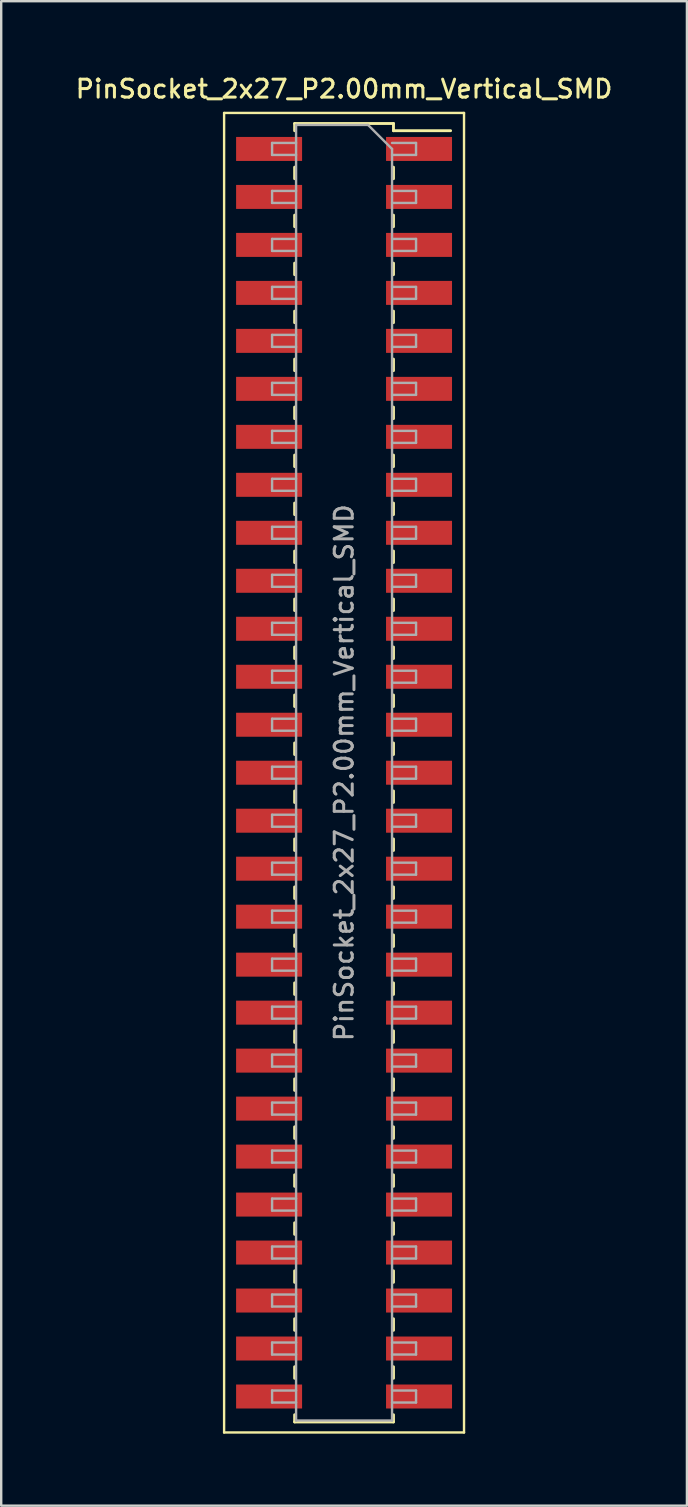
<source format=kicad_pcb>
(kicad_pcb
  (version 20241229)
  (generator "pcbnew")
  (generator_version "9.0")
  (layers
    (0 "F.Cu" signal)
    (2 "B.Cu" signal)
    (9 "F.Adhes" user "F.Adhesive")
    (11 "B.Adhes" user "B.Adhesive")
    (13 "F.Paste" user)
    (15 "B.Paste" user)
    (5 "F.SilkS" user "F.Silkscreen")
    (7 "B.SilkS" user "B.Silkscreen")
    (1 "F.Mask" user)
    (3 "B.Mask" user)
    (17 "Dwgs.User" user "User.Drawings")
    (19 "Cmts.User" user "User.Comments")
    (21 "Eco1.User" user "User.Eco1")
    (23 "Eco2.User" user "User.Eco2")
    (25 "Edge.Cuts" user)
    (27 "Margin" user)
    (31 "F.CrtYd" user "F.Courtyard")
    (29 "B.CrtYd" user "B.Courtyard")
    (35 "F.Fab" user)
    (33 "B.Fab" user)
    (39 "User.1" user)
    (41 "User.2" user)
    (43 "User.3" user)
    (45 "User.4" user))
  (footprint "PinSocket_2x27_P2.00mm_Vertical_SMD"
    (layer "F.Cu")
    (at 11.291 29.158)
    (property "Reference" "PinSocket_2x27_P2.00mm_Vertical_SMD" (at 0 -28.5 0) (layer "F.SilkS") (effects (font (size 0.75 0.75) (thickness 0.125))))
    (attr smd)
    (fp_line (start -5 -27.5) (end 5 -27.5) (stroke (width 0.1) (type solid)) (layer "F.SilkS"))
    (fp_line (start -5 27.5) (end -5 -27.5) (stroke (width 0.1) (type solid)) (layer "F.SilkS"))
    (fp_line (start -2.06 -27.06) (end -2.06 -26.76) (stroke (width 0.12) (type solid)) (layer "F.SilkS"))
    (fp_line (start -2.06 -27.06) (end 2.06 -27.06) (stroke (width 0.12) (type solid)) (layer "F.SilkS"))
    (fp_line (start -2.06 -25.24) (end -2.06 -24.76) (stroke (width 0.12) (type solid)) (layer "F.SilkS"))
    (fp_line (start -2.06 -23.24) (end -2.06 -22.76) (stroke (width 0.12) (type solid)) (layer "F.SilkS"))
    (fp_line (start -2.06 -21.24) (end -2.06 -20.76) (stroke (width 0.12) (type solid)) (layer "F.SilkS"))
    (fp_line (start -2.06 -19.24) (end -2.06 -18.76) (stroke (width 0.12) (type solid)) (layer "F.SilkS"))
    (fp_line (start -2.06 -17.24) (end -2.06 -16.76) (stroke (width 0.12) (type solid)) (layer "F.SilkS"))
    (fp_line (start -2.06 -15.24) (end -2.06 -14.76) (stroke (width 0.12) (type solid)) (layer "F.SilkS"))
    (fp_line (start -2.06 -13.24) (end -2.06 -12.76) (stroke (width 0.12) (type solid)) (layer "F.SilkS"))
    (fp_line (start -2.06 -11.24) (end -2.06 -10.76) (stroke (width 0.12) (type solid)) (layer "F.SilkS"))
    (fp_line (start -2.06 -9.24) (end -2.06 -8.76) (stroke (width 0.12) (type solid)) (layer "F.SilkS"))
    (fp_line (start -2.06 -7.24) (end -2.06 -6.76) (stroke (width 0.12) (type solid)) (layer "F.SilkS"))
    (fp_line (start -2.06 -5.24) (end -2.06 -4.76) (stroke (width 0.12) (type solid)) (layer "F.SilkS"))
    (fp_line (start -2.06 -3.24) (end -2.06 -2.76) (stroke (width 0.12) (type solid)) (layer "F.SilkS"))
    (fp_line (start -2.06 -1.24) (end -2.06 -0.76) (stroke (width 0.12) (type solid)) (layer "F.SilkS"))
    (fp_line (start -2.06 0.76) (end -2.06 1.24) (stroke (width 0.12) (type solid)) (layer "F.SilkS"))
    (fp_line (start -2.06 2.76) (end -2.06 3.24) (stroke (width 0.12) (type solid)) (layer "F.SilkS"))
    (fp_line (start -2.06 4.76) (end -2.06 5.24) (stroke (width 0.12) (type solid)) (layer "F.SilkS"))
    (fp_line (start -2.06 6.76) (end -2.06 7.24) (stroke (width 0.12) (type solid)) (layer "F.SilkS"))
    (fp_line (start -2.06 8.76) (end -2.06 9.24) (stroke (width 0.12) (type solid)) (layer "F.SilkS"))
    (fp_line (start -2.06 10.76) (end -2.06 11.24) (stroke (width 0.12) (type solid)) (layer "F.SilkS"))
    (fp_line (start -2.06 12.76) (end -2.06 13.24) (stroke (width 0.12) (type solid)) (layer "F.SilkS"))
    (fp_line (start -2.06 14.76) (end -2.06 15.24) (stroke (width 0.12) (type solid)) (layer "F.SilkS"))
    (fp_line (start -2.06 16.76) (end -2.06 17.24) (stroke (width 0.12) (type solid)) (layer "F.SilkS"))
    (fp_line (start -2.06 18.76) (end -2.06 19.24) (stroke (width 0.12) (type solid)) (layer "F.SilkS"))
    (fp_line (start -2.06 20.76) (end -2.06 21.24) (stroke (width 0.12) (type solid)) (layer "F.SilkS"))
    (fp_line (start -2.06 22.76) (end -2.06 23.24) (stroke (width 0.12) (type solid)) (layer "F.SilkS"))
    (fp_line (start -2.06 24.76) (end -2.06 25.24) (stroke (width 0.12) (type solid)) (layer "F.SilkS"))
    (fp_line (start -2.06 26.76) (end -2.06 27.06) (stroke (width 0.12) (type solid)) (layer "F.SilkS"))
    (fp_line (start -2.06 27.06) (end 2.06 27.06) (stroke (width 0.12) (type solid)) (layer "F.SilkS"))
    (fp_line (start 2.06 -27.06) (end 2.06 -26.76) (stroke (width 0.12) (type solid)) (layer "F.SilkS"))
    (fp_line (start 2.06 -26.76) (end 4.44 -26.76) (stroke (width 0.12) (type solid)) (layer "F.SilkS"))
    (fp_line (start 2.06 -25.24) (end 2.06 -24.76) (stroke (width 0.12) (type solid)) (layer "F.SilkS"))
    (fp_line (start 2.06 -23.24) (end 2.06 -22.76) (stroke (width 0.12) (type solid)) (layer "F.SilkS"))
    (fp_line (start 2.06 -21.24) (end 2.06 -20.76) (stroke (width 0.12) (type solid)) (layer "F.SilkS"))
    (fp_line (start 2.06 -19.24) (end 2.06 -18.76) (stroke (width 0.12) (type solid)) (layer "F.SilkS"))
    (fp_line (start 2.06 -17.24) (end 2.06 -16.76) (stroke (width 0.12) (type solid)) (layer "F.SilkS"))
    (fp_line (start 2.06 -15.24) (end 2.06 -14.76) (stroke (width 0.12) (type solid)) (layer "F.SilkS"))
    (fp_line (start 2.06 -13.24) (end 2.06 -12.76) (stroke (width 0.12) (type solid)) (layer "F.SilkS"))
    (fp_line (start 2.06 -11.24) (end 2.06 -10.76) (stroke (width 0.12) (type solid)) (layer "F.SilkS"))
    (fp_line (start 2.06 -9.24) (end 2.06 -8.76) (stroke (width 0.12) (type solid)) (layer "F.SilkS"))
    (fp_line (start 2.06 -7.24) (end 2.06 -6.76) (stroke (width 0.12) (type solid)) (layer "F.SilkS"))
    (fp_line (start 2.06 -5.24) (end 2.06 -4.76) (stroke (width 0.12) (type solid)) (layer "F.SilkS"))
    (fp_line (start 2.06 -3.24) (end 2.06 -2.76) (stroke (width 0.12) (type solid)) (layer "F.SilkS"))
    (fp_line (start 2.06 -1.24) (end 2.06 -0.76) (stroke (width 0.12) (type solid)) (layer "F.SilkS"))
    (fp_line (start 2.06 0.76) (end 2.06 1.24) (stroke (width 0.12) (type solid)) (layer "F.SilkS"))
    (fp_line (start 2.06 2.76) (end 2.06 3.24) (stroke (width 0.12) (type solid)) (layer "F.SilkS"))
    (fp_line (start 2.06 4.76) (end 2.06 5.24) (stroke (width 0.12) (type solid)) (layer "F.SilkS"))
    (fp_line (start 2.06 6.76) (end 2.06 7.24) (stroke (width 0.12) (type solid)) (layer "F.SilkS"))
    (fp_line (start 2.06 8.76) (end 2.06 9.24) (stroke (width 0.12) (type solid)) (layer "F.SilkS"))
    (fp_line (start 2.06 10.76) (end 2.06 11.24) (stroke (width 0.12) (type solid)) (layer "F.SilkS"))
    (fp_line (start 2.06 12.76) (end 2.06 13.24) (stroke (width 0.12) (type solid)) (layer "F.SilkS"))
    (fp_line (start 2.06 14.76) (end 2.06 15.24) (stroke (width 0.12) (type solid)) (layer "F.SilkS"))
    (fp_line (start 2.06 16.76) (end 2.06 17.24) (stroke (width 0.12) (type solid)) (layer "F.SilkS"))
    (fp_line (start 2.06 18.76) (end 2.06 19.24) (stroke (width 0.12) (type solid)) (layer "F.SilkS"))
    (fp_line (start 2.06 20.76) (end 2.06 21.24) (stroke (width 0.12) (type solid)) (layer "F.SilkS"))
    (fp_line (start 2.06 22.76) (end 2.06 23.24) (stroke (width 0.12) (type solid)) (layer "F.SilkS"))
    (fp_line (start 2.06 24.76) (end 2.06 25.24) (stroke (width 0.12) (type solid)) (layer "F.SilkS"))
    (fp_line (start 2.06 26.76) (end 2.06 27.06) (stroke (width 0.12) (type solid)) (layer "F.SilkS"))
    (fp_line (start 5 -27.5) (end 5 27.5) (stroke (width 0.1) (type solid)) (layer "F.SilkS"))
    (fp_line (start 5 27.5) (end -5 27.5) (stroke (width 0.1) (type solid)) (layer "F.SilkS"))
    (fp_line (start -3 -26.25) (end -2 -26.25) (stroke (width 0.1) (type solid)) (layer "F.Fab"))
    (fp_line (start -3 -25.75) (end -3 -26.25) (stroke (width 0.1) (type solid)) (layer "F.Fab"))
    (fp_line (start -3 -24.25) (end -2 -24.25) (stroke (width 0.1) (type solid)) (layer "F.Fab"))
    (fp_line (start -3 -23.75) (end -3 -24.25) (stroke (width 0.1) (type solid)) (layer "F.Fab"))
    (fp_line (start -3 -22.25) (end -2 -22.25) (stroke (width 0.1) (type solid)) (layer "F.Fab"))
    (fp_line (start -3 -21.75) (end -3 -22.25) (stroke (width 0.1) (type solid)) (layer "F.Fab"))
    (fp_line (start -3 -20.25) (end -2 -20.25) (stroke (width 0.1) (type solid)) (layer "F.Fab"))
    (fp_line (start -3 -19.75) (end -3 -20.25) (stroke (width 0.1) (type solid)) (layer "F.Fab"))
    (fp_line (start -3 -18.25) (end -2 -18.25) (stroke (width 0.1) (type solid)) (layer "F.Fab"))
    (fp_line (start -3 -17.75) (end -3 -18.25) (stroke (width 0.1) (type solid)) (layer "F.Fab"))
    (fp_line (start -3 -16.25) (end -2 -16.25) (stroke (width 0.1) (type solid)) (layer "F.Fab"))
    (fp_line (start -3 -15.75) (end -3 -16.25) (stroke (width 0.1) (type solid)) (layer "F.Fab"))
    (fp_line (start -3 -14.25) (end -2 -14.25) (stroke (width 0.1) (type solid)) (layer "F.Fab"))
    (fp_line (start -3 -13.75) (end -3 -14.25) (stroke (width 0.1) (type solid)) (layer "F.Fab"))
    (fp_line (start -3 -12.25) (end -2 -12.25) (stroke (width 0.1) (type solid)) (layer "F.Fab"))
    (fp_line (start -3 -11.75) (end -3 -12.25) (stroke (width 0.1) (type solid)) (layer "F.Fab"))
    (fp_line (start -3 -10.25) (end -2 -10.25) (stroke (width 0.1) (type solid)) (layer "F.Fab"))
    (fp_line (start -3 -9.75) (end -3 -10.25) (stroke (width 0.1) (type solid)) (layer "F.Fab"))
    (fp_line (start -3 -8.25) (end -2 -8.25) (stroke (width 0.1) (type solid)) (layer "F.Fab"))
    (fp_line (start -3 -7.75) (end -3 -8.25) (stroke (width 0.1) (type solid)) (layer "F.Fab"))
    (fp_line (start -3 -6.25) (end -2 -6.25) (stroke (width 0.1) (type solid)) (layer "F.Fab"))
    (fp_line (start -3 -5.75) (end -3 -6.25) (stroke (width 0.1) (type solid)) (layer "F.Fab"))
    (fp_line (start -3 -4.25) (end -2 -4.25) (stroke (width 0.1) (type solid)) (layer "F.Fab"))
    (fp_line (start -3 -3.75) (end -3 -4.25) (stroke (width 0.1) (type solid)) (layer "F.Fab"))
    (fp_line (start -3 -2.25) (end -2 -2.25) (stroke (width 0.1) (type solid)) (layer "F.Fab"))
    (fp_line (start -3 -1.75) (end -3 -2.25) (stroke (width 0.1) (type solid)) (layer "F.Fab"))
    (fp_line (start -3 -0.25) (end -2 -0.25) (stroke (width 0.1) (type solid)) (layer "F.Fab"))
    (fp_line (start -3 0.25) (end -3 -0.25) (stroke (width 0.1) (type solid)) (layer "F.Fab"))
    (fp_line (start -3 1.75) (end -2 1.75) (stroke (width 0.1) (type solid)) (layer "F.Fab"))
    (fp_line (start -3 2.25) (end -3 1.75) (stroke (width 0.1) (type solid)) (layer "F.Fab"))
    (fp_line (start -3 3.75) (end -2 3.75) (stroke (width 0.1) (type solid)) (layer "F.Fab"))
    (fp_line (start -3 4.25) (end -3 3.75) (stroke (width 0.1) (type solid)) (layer "F.Fab"))
    (fp_line (start -3 5.75) (end -2 5.75) (stroke (width 0.1) (type solid)) (layer "F.Fab"))
    (fp_line (start -3 6.25) (end -3 5.75) (stroke (width 0.1) (type solid)) (layer "F.Fab"))
    (fp_line (start -3 7.75) (end -2 7.75) (stroke (width 0.1) (type solid)) (layer "F.Fab"))
    (fp_line (start -3 8.25) (end -3 7.75) (stroke (width 0.1) (type solid)) (layer "F.Fab"))
    (fp_line (start -3 9.75) (end -2 9.75) (stroke (width 0.1) (type solid)) (layer "F.Fab"))
    (fp_line (start -3 10.25) (end -3 9.75) (stroke (width 0.1) (type solid)) (layer "F.Fab"))
    (fp_line (start -3 11.75) (end -2 11.75) (stroke (width 0.1) (type solid)) (layer "F.Fab"))
    (fp_line (start -3 12.25) (end -3 11.75) (stroke (width 0.1) (type solid)) (layer "F.Fab"))
    (fp_line (start -3 13.75) (end -2 13.75) (stroke (width 0.1) (type solid)) (layer "F.Fab"))
    (fp_line (start -3 14.25) (end -3 13.75) (stroke (width 0.1) (type solid)) (layer "F.Fab"))
    (fp_line (start -3 15.75) (end -2 15.75) (stroke (width 0.1) (type solid)) (layer "F.Fab"))
    (fp_line (start -3 16.25) (end -3 15.75) (stroke (width 0.1) (type solid)) (layer "F.Fab"))
    (fp_line (start -3 17.75) (end -2 17.75) (stroke (width 0.1) (type solid)) (layer "F.Fab"))
    (fp_line (start -3 18.25) (end -3 17.75) (stroke (width 0.1) (type solid)) (layer "F.Fab"))
    (fp_line (start -3 19.75) (end -2 19.75) (stroke (width 0.1) (type solid)) (layer "F.Fab"))
    (fp_line (start -3 20.25) (end -3 19.75) (stroke (width 0.1) (type solid)) (layer "F.Fab"))
    (fp_line (start -3 21.75) (end -2 21.75) (stroke (width 0.1) (type solid)) (layer "F.Fab"))
    (fp_line (start -3 22.25) (end -3 21.75) (stroke (width 0.1) (type solid)) (layer "F.Fab"))
    (fp_line (start -3 23.75) (end -2 23.75) (stroke (width 0.1) (type solid)) (layer "F.Fab"))
    (fp_line (start -3 24.25) (end -3 23.75) (stroke (width 0.1) (type solid)) (layer "F.Fab"))
    (fp_line (start -3 25.75) (end -2 25.75) (stroke (width 0.1) (type solid)) (layer "F.Fab"))
    (fp_line (start -3 26.25) (end -3 25.75) (stroke (width 0.1) (type solid)) (layer "F.Fab"))
    (fp_line (start -2 -27) (end 1 -27) (stroke (width 0.1) (type solid)) (layer "F.Fab"))
    (fp_line (start -2 -25.75) (end -3 -25.75) (stroke (width 0.1) (type solid)) (layer "F.Fab"))
    (fp_line (start -2 -23.75) (end -3 -23.75) (stroke (width 0.1) (type solid)) (layer "F.Fab"))
    (fp_line (start -2 -21.75) (end -3 -21.75) (stroke (width 0.1) (type solid)) (layer "F.Fab"))
    (fp_line (start -2 -19.75) (end -3 -19.75) (stroke (width 0.1) (type solid)) (layer "F.Fab"))
    (fp_line (start -2 -17.75) (end -3 -17.75) (stroke (width 0.1) (type solid)) (layer "F.Fab"))
    (fp_line (start -2 -15.75) (end -3 -15.75) (stroke (width 0.1) (type solid)) (layer "F.Fab"))
    (fp_line (start -2 -13.75) (end -3 -13.75) (stroke (width 0.1) (type solid)) (layer "F.Fab"))
    (fp_line (start -2 -11.75) (end -3 -11.75) (stroke (width 0.1) (type solid)) (layer "F.Fab"))
    (fp_line (start -2 -9.75) (end -3 -9.75) (stroke (width 0.1) (type solid)) (layer "F.Fab"))
    (fp_line (start -2 -7.75) (end -3 -7.75) (stroke (width 0.1) (type solid)) (layer "F.Fab"))
    (fp_line (start -2 -5.75) (end -3 -5.75) (stroke (width 0.1) (type solid)) (layer "F.Fab"))
    (fp_line (start -2 -3.75) (end -3 -3.75) (stroke (width 0.1) (type solid)) (layer "F.Fab"))
    (fp_line (start -2 -1.75) (end -3 -1.75) (stroke (width 0.1) (type solid)) (layer "F.Fab"))
    (fp_line (start -2 0.25) (end -3 0.25) (stroke (width 0.1) (type solid)) (layer "F.Fab"))
    (fp_line (start -2 2.25) (end -3 2.25) (stroke (width 0.1) (type solid)) (layer "F.Fab"))
    (fp_line (start -2 4.25) (end -3 4.25) (stroke (width 0.1) (type solid)) (layer "F.Fab"))
    (fp_line (start -2 6.25) (end -3 6.25) (stroke (width 0.1) (type solid)) (layer "F.Fab"))
    (fp_line (start -2 8.25) (end -3 8.25) (stroke (width 0.1) (type solid)) (layer "F.Fab"))
    (fp_line (start -2 10.25) (end -3 10.25) (stroke (width 0.1) (type solid)) (layer "F.Fab"))
    (fp_line (start -2 12.25) (end -3 12.25) (stroke (width 0.1) (type solid)) (layer "F.Fab"))
    (fp_line (start -2 14.25) (end -3 14.25) (stroke (width 0.1) (type solid)) (layer "F.Fab"))
    (fp_line (start -2 16.25) (end -3 16.25) (stroke (width 0.1) (type solid)) (layer "F.Fab"))
    (fp_line (start -2 18.25) (end -3 18.25) (stroke (width 0.1) (type solid)) (layer "F.Fab"))
    (fp_line (start -2 20.25) (end -3 20.25) (stroke (width 0.1) (type solid)) (layer "F.Fab"))
    (fp_line (start -2 22.25) (end -3 22.25) (stroke (width 0.1) (type solid)) (layer "F.Fab"))
    (fp_line (start -2 24.25) (end -3 24.25) (stroke (width 0.1) (type solid)) (layer "F.Fab"))
    (fp_line (start -2 26.25) (end -3 26.25) (stroke (width 0.1) (type solid)) (layer "F.Fab"))
    (fp_line (start -2 27) (end -2 -27) (stroke (width 0.1) (type solid)) (layer "F.Fab"))
    (fp_line (start 1 -27) (end 2 -26) (stroke (width 0.1) (type solid)) (layer "F.Fab"))
    (fp_line (start 2 -26.25) (end 3 -26.25) (stroke (width 0.1) (type solid)) (layer "F.Fab"))
    (fp_line (start 2 -26) (end 2 27) (stroke (width 0.1) (type solid)) (layer "F.Fab"))
    (fp_line (start 2 -24.25) (end 3 -24.25) (stroke (width 0.1) (type solid)) (layer "F.Fab"))
    (fp_line (start 2 -22.25) (end 3 -22.25) (stroke (width 0.1) (type solid)) (layer "F.Fab"))
    (fp_line (start 2 -20.25) (end 3 -20.25) (stroke (width 0.1) (type solid)) (layer "F.Fab"))
    (fp_line (start 2 -18.25) (end 3 -18.25) (stroke (width 0.1) (type solid)) (layer "F.Fab"))
    (fp_line (start 2 -16.25) (end 3 -16.25) (stroke (width 0.1) (type solid)) (layer "F.Fab"))
    (fp_line (start 2 -14.25) (end 3 -14.25) (stroke (width 0.1) (type solid)) (layer "F.Fab"))
    (fp_line (start 2 -12.25) (end 3 -12.25) (stroke (width 0.1) (type solid)) (layer "F.Fab"))
    (fp_line (start 2 -10.25) (end 3 -10.25) (stroke (width 0.1) (type solid)) (layer "F.Fab"))
    (fp_line (start 2 -8.25) (end 3 -8.25) (stroke (width 0.1) (type solid)) (layer "F.Fab"))
    (fp_line (start 2 -6.25) (end 3 -6.25) (stroke (width 0.1) (type solid)) (layer "F.Fab"))
    (fp_line (start 2 -4.25) (end 3 -4.25) (stroke (width 0.1) (type solid)) (layer "F.Fab"))
    (fp_line (start 2 -2.25) (end 3 -2.25) (stroke (width 0.1) (type solid)) (layer "F.Fab"))
    (fp_line (start 2 -0.25) (end 3 -0.25) (stroke (width 0.1) (type solid)) (layer "F.Fab"))
    (fp_line (start 2 1.75) (end 3 1.75) (stroke (width 0.1) (type solid)) (layer "F.Fab"))
    (fp_line (start 2 3.75) (end 3 3.75) (stroke (width 0.1) (type solid)) (layer "F.Fab"))
    (fp_line (start 2 5.75) (end 3 5.75) (stroke (width 0.1) (type solid)) (layer "F.Fab"))
    (fp_line (start 2 7.75) (end 3 7.75) (stroke (width 0.1) (type solid)) (layer "F.Fab"))
    (fp_line (start 2 9.75) (end 3 9.75) (stroke (width 0.1) (type solid)) (layer "F.Fab"))
    (fp_line (start 2 11.75) (end 3 11.75) (stroke (width 0.1) (type solid)) (layer "F.Fab"))
    (fp_line (start 2 13.75) (end 3 13.75) (stroke (width 0.1) (type solid)) (layer "F.Fab"))
    (fp_line (start 2 15.75) (end 3 15.75) (stroke (width 0.1) (type solid)) (layer "F.Fab"))
    (fp_line (start 2 17.75) (end 3 17.75) (stroke (width 0.1) (type solid)) (layer "F.Fab"))
    (fp_line (start 2 19.75) (end 3 19.75) (stroke (width 0.1) (type solid)) (layer "F.Fab"))
    (fp_line (start 2 21.75) (end 3 21.75) (stroke (width 0.1) (type solid)) (layer "F.Fab"))
    (fp_line (start 2 23.75) (end 3 23.75) (stroke (width 0.1) (type solid)) (layer "F.Fab"))
    (fp_line (start 2 25.75) (end 3 25.75) (stroke (width 0.1) (type solid)) (layer "F.Fab"))
    (fp_line (start 2 27) (end -2 27) (stroke (width 0.1) (type solid)) (layer "F.Fab"))
    (fp_line (start 3 -26.25) (end 3 -25.75) (stroke (width 0.1) (type solid)) (layer "F.Fab"))
    (fp_line (start 3 -25.75) (end 2 -25.75) (stroke (width 0.1) (type solid)) (layer "F.Fab"))
    (fp_line (start 3 -24.25) (end 3 -23.75) (stroke (width 0.1) (type solid)) (layer "F.Fab"))
    (fp_line (start 3 -23.75) (end 2 -23.75) (stroke (width 0.1) (type solid)) (layer "F.Fab"))
    (fp_line (start 3 -22.25) (end 3 -21.75) (stroke (width 0.1) (type solid)) (layer "F.Fab"))
    (fp_line (start 3 -21.75) (end 2 -21.75) (stroke (width 0.1) (type solid)) (layer "F.Fab"))
    (fp_line (start 3 -20.25) (end 3 -19.75) (stroke (width 0.1) (type solid)) (layer "F.Fab"))
    (fp_line (start 3 -19.75) (end 2 -19.75) (stroke (width 0.1) (type solid)) (layer "F.Fab"))
    (fp_line (start 3 -18.25) (end 3 -17.75) (stroke (width 0.1) (type solid)) (layer "F.Fab"))
    (fp_line (start 3 -17.75) (end 2 -17.75) (stroke (width 0.1) (type solid)) (layer "F.Fab"))
    (fp_line (start 3 -16.25) (end 3 -15.75) (stroke (width 0.1) (type solid)) (layer "F.Fab"))
    (fp_line (start 3 -15.75) (end 2 -15.75) (stroke (width 0.1) (type solid)) (layer "F.Fab"))
    (fp_line (start 3 -14.25) (end 3 -13.75) (stroke (width 0.1) (type solid)) (layer "F.Fab"))
    (fp_line (start 3 -13.75) (end 2 -13.75) (stroke (width 0.1) (type solid)) (layer "F.Fab"))
    (fp_line (start 3 -12.25) (end 3 -11.75) (stroke (width 0.1) (type solid)) (layer "F.Fab"))
    (fp_line (start 3 -11.75) (end 2 -11.75) (stroke (width 0.1) (type solid)) (layer "F.Fab"))
    (fp_line (start 3 -10.25) (end 3 -9.75) (stroke (width 0.1) (type solid)) (layer "F.Fab"))
    (fp_line (start 3 -9.75) (end 2 -9.75) (stroke (width 0.1) (type solid)) (layer "F.Fab"))
    (fp_line (start 3 -8.25) (end 3 -7.75) (stroke (width 0.1) (type solid)) (layer "F.Fab"))
    (fp_line (start 3 -7.75) (end 2 -7.75) (stroke (width 0.1) (type solid)) (layer "F.Fab"))
    (fp_line (start 3 -6.25) (end 3 -5.75) (stroke (width 0.1) (type solid)) (layer "F.Fab"))
    (fp_line (start 3 -5.75) (end 2 -5.75) (stroke (width 0.1) (type solid)) (layer "F.Fab"))
    (fp_line (start 3 -4.25) (end 3 -3.75) (stroke (width 0.1) (type solid)) (layer "F.Fab"))
    (fp_line (start 3 -3.75) (end 2 -3.75) (stroke (width 0.1) (type solid)) (layer "F.Fab"))
    (fp_line (start 3 -2.25) (end 3 -1.75) (stroke (width 0.1) (type solid)) (layer "F.Fab"))
    (fp_line (start 3 -1.75) (end 2 -1.75) (stroke (width 0.1) (type solid)) (layer "F.Fab"))
    (fp_line (start 3 -0.25) (end 3 0.25) (stroke (width 0.1) (type solid)) (layer "F.Fab"))
    (fp_line (start 3 0.25) (end 2 0.25) (stroke (width 0.1) (type solid)) (layer "F.Fab"))
    (fp_line (start 3 1.75) (end 3 2.25) (stroke (width 0.1) (type solid)) (layer "F.Fab"))
    (fp_line (start 3 2.25) (end 2 2.25) (stroke (width 0.1) (type solid)) (layer "F.Fab"))
    (fp_line (start 3 3.75) (end 3 4.25) (stroke (width 0.1) (type solid)) (layer "F.Fab"))
    (fp_line (start 3 4.25) (end 2 4.25) (stroke (width 0.1) (type solid)) (layer "F.Fab"))
    (fp_line (start 3 5.75) (end 3 6.25) (stroke (width 0.1) (type solid)) (layer "F.Fab"))
    (fp_line (start 3 6.25) (end 2 6.25) (stroke (width 0.1) (type solid)) (layer "F.Fab"))
    (fp_line (start 3 7.75) (end 3 8.25) (stroke (width 0.1) (type solid)) (layer "F.Fab"))
    (fp_line (start 3 8.25) (end 2 8.25) (stroke (width 0.1) (type solid)) (layer "F.Fab"))
    (fp_line (start 3 9.75) (end 3 10.25) (stroke (width 0.1) (type solid)) (layer "F.Fab"))
    (fp_line (start 3 10.25) (end 2 10.25) (stroke (width 0.1) (type solid)) (layer "F.Fab"))
    (fp_line (start 3 11.75) (end 3 12.25) (stroke (width 0.1) (type solid)) (layer "F.Fab"))
    (fp_line (start 3 12.25) (end 2 12.25) (stroke (width 0.1) (type solid)) (layer "F.Fab"))
    (fp_line (start 3 13.75) (end 3 14.25) (stroke (width 0.1) (type solid)) (layer "F.Fab"))
    (fp_line (start 3 14.25) (end 2 14.25) (stroke (width 0.1) (type solid)) (layer "F.Fab"))
    (fp_line (start 3 15.75) (end 3 16.25) (stroke (width 0.1) (type solid)) (layer "F.Fab"))
    (fp_line (start 3 16.25) (end 2 16.25) (stroke (width 0.1) (type solid)) (layer "F.Fab"))
    (fp_line (start 3 17.75) (end 3 18.25) (stroke (width 0.1) (type solid)) (layer "F.Fab"))
    (fp_line (start 3 18.25) (end 2 18.25) (stroke (width 0.1) (type solid)) (layer "F.Fab"))
    (fp_line (start 3 19.75) (end 3 20.25) (stroke (width 0.1) (type solid)) (layer "F.Fab"))
    (fp_line (start 3 20.25) (end 2 20.25) (stroke (width 0.1) (type solid)) (layer "F.Fab"))
    (fp_line (start 3 21.75) (end 3 22.25) (stroke (width 0.1) (type solid)) (layer "F.Fab"))
    (fp_line (start 3 22.25) (end 2 22.25) (stroke (width 0.1) (type solid)) (layer "F.Fab"))
    (fp_line (start 3 23.75) (end 3 24.25) (stroke (width 0.1) (type solid)) (layer "F.Fab"))
    (fp_line (start 3 24.25) (end 2 24.25) (stroke (width 0.1) (type solid)) (layer "F.Fab"))
    (fp_line (start 3 25.75) (end 3 26.25) (stroke (width 0.1) (type solid)) (layer "F.Fab"))
    (fp_line (start 3 26.25) (end 2 26.25) (stroke (width 0.1) (type solid)) (layer "F.Fab"))
    (fp_text user "${REFERENCE}" (at 0 0 90) (layer "F.Fab") (effects (font (size 0.75 0.75) (thickness 0.125))))
    (pad "1" smd rect (at 3.125 -26) (size 2.75 1) (layers "F.Cu" "F.Mask" "F.Paste"))
    (pad "2" smd rect (at -3.125 -26) (size 2.75 1) (layers "F.Cu" "F.Mask" "F.Paste"))
    (pad "3" smd rect (at 3.125 -24) (size 2.75 1) (layers "F.Cu" "F.Mask" "F.Paste"))
    (pad "4" smd rect (at -3.125 -24) (size 2.75 1) (layers "F.Cu" "F.Mask" "F.Paste"))
    (pad "5" smd rect (at 3.125 -22) (size 2.75 1) (layers "F.Cu" "F.Mask" "F.Paste"))
    (pad "6" smd rect (at -3.125 -22) (size 2.75 1) (layers "F.Cu" "F.Mask" "F.Paste"))
    (pad "7" smd rect (at 3.125 -20) (size 2.75 1) (layers "F.Cu" "F.Mask" "F.Paste"))
    (pad "8" smd rect (at -3.125 -20) (size 2.75 1) (layers "F.Cu" "F.Mask" "F.Paste"))
    (pad "9" smd rect (at 3.125 -18) (size 2.75 1) (layers "F.Cu" "F.Mask" "F.Paste"))
    (pad "10" smd rect (at -3.125 -18) (size 2.75 1) (layers "F.Cu" "F.Mask" "F.Paste"))
    (pad "11" smd rect (at 3.125 -16) (size 2.75 1) (layers "F.Cu" "F.Mask" "F.Paste"))
    (pad "12" smd rect (at -3.125 -16) (size 2.75 1) (layers "F.Cu" "F.Mask" "F.Paste"))
    (pad "13" smd rect (at 3.125 -14) (size 2.75 1) (layers "F.Cu" "F.Mask" "F.Paste"))
    (pad "14" smd rect (at -3.125 -14) (size 2.75 1) (layers "F.Cu" "F.Mask" "F.Paste"))
    (pad "15" smd rect (at 3.125 -12) (size 2.75 1) (layers "F.Cu" "F.Mask" "F.Paste"))
    (pad "16" smd rect (at -3.125 -12) (size 2.75 1) (layers "F.Cu" "F.Mask" "F.Paste"))
    (pad "17" smd rect (at 3.125 -10) (size 2.75 1) (layers "F.Cu" "F.Mask" "F.Paste"))
    (pad "18" smd rect (at -3.125 -10) (size 2.75 1) (layers "F.Cu" "F.Mask" "F.Paste"))
    (pad "19" smd rect (at 3.125 -8) (size 2.75 1) (layers "F.Cu" "F.Mask" "F.Paste"))
    (pad "20" smd rect (at -3.125 -8) (size 2.75 1) (layers "F.Cu" "F.Mask" "F.Paste"))
    (pad "21" smd rect (at 3.125 -6) (size 2.75 1) (layers "F.Cu" "F.Mask" "F.Paste"))
    (pad "22" smd rect (at -3.125 -6) (size 2.75 1) (layers "F.Cu" "F.Mask" "F.Paste"))
    (pad "23" smd rect (at 3.125 -4) (size 2.75 1) (layers "F.Cu" "F.Mask" "F.Paste"))
    (pad "24" smd rect (at -3.125 -4) (size 2.75 1) (layers "F.Cu" "F.Mask" "F.Paste"))
    (pad "25" smd rect (at 3.125 -2) (size 2.75 1) (layers "F.Cu" "F.Mask" "F.Paste"))
    (pad "26" smd rect (at -3.125 -2) (size 2.75 1) (layers "F.Cu" "F.Mask" "F.Paste"))
    (pad "27" smd rect (at 3.125 0) (size 2.75 1) (layers "F.Cu" "F.Mask" "F.Paste"))
    (pad "28" smd rect (at -3.125 0) (size 2.75 1) (layers "F.Cu" "F.Mask" "F.Paste"))
    (pad "29" smd rect (at 3.125 2) (size 2.75 1) (layers "F.Cu" "F.Mask" "F.Paste"))
    (pad "30" smd rect (at -3.125 2) (size 2.75 1) (layers "F.Cu" "F.Mask" "F.Paste"))
    (pad "31" smd rect (at 3.125 4) (size 2.75 1) (layers "F.Cu" "F.Mask" "F.Paste"))
    (pad "32" smd rect (at -3.125 4) (size 2.75 1) (layers "F.Cu" "F.Mask" "F.Paste"))
    (pad "33" smd rect (at 3.125 6) (size 2.75 1) (layers "F.Cu" "F.Mask" "F.Paste"))
    (pad "34" smd rect (at -3.125 6) (size 2.75 1) (layers "F.Cu" "F.Mask" "F.Paste"))
    (pad "35" smd rect (at 3.125 8) (size 2.75 1) (layers "F.Cu" "F.Mask" "F.Paste"))
    (pad "36" smd rect (at -3.125 8) (size 2.75 1) (layers "F.Cu" "F.Mask" "F.Paste"))
    (pad "37" smd rect (at 3.125 10) (size 2.75 1) (layers "F.Cu" "F.Mask" "F.Paste"))
    (pad "38" smd rect (at -3.125 10) (size 2.75 1) (layers "F.Cu" "F.Mask" "F.Paste"))
    (pad "39" smd rect (at 3.125 12) (size 2.75 1) (layers "F.Cu" "F.Mask" "F.Paste"))
    (pad "40" smd rect (at -3.125 12) (size 2.75 1) (layers "F.Cu" "F.Mask" "F.Paste"))
    (pad "41" smd rect (at 3.125 14) (size 2.75 1) (layers "F.Cu" "F.Mask" "F.Paste"))
    (pad "42" smd rect (at -3.125 14) (size 2.75 1) (layers "F.Cu" "F.Mask" "F.Paste"))
    (pad "43" smd rect (at 3.125 16) (size 2.75 1) (layers "F.Cu" "F.Mask" "F.Paste"))
    (pad "44" smd rect (at -3.125 16) (size 2.75 1) (layers "F.Cu" "F.Mask" "F.Paste"))
    (pad "45" smd rect (at 3.125 18) (size 2.75 1) (layers "F.Cu" "F.Mask" "F.Paste"))
    (pad "46" smd rect (at -3.125 18) (size 2.75 1) (layers "F.Cu" "F.Mask" "F.Paste"))
    (pad "47" smd rect (at 3.125 20) (size 2.75 1) (layers "F.Cu" "F.Mask" "F.Paste"))
    (pad "48" smd rect (at -3.125 20) (size 2.75 1) (layers "F.Cu" "F.Mask" "F.Paste"))
    (pad "49" smd rect (at 3.125 22) (size 2.75 1) (layers "F.Cu" "F.Mask" "F.Paste"))
    (pad "50" smd rect (at -3.125 22) (size 2.75 1) (layers "F.Cu" "F.Mask" "F.Paste"))
    (pad "51" smd rect (at 3.125 24) (size 2.75 1) (layers "F.Cu" "F.Mask" "F.Paste"))
    (pad "52" smd rect (at -3.125 24) (size 2.75 1) (layers "F.Cu" "F.Mask" "F.Paste"))
    (pad "53" smd rect (at 3.125 26) (size 2.75 1) (layers "F.Cu" "F.Mask" "F.Paste"))
    (pad "54" smd rect (at -3.125 26) (size 2.75 1) (layers "F.Cu" "F.Mask" "F.Paste")))
  (gr_rect
    (start -3 -3)
    (end 25.582 59.708)
    (stroke (width 0.1) (type default))
    (fill no)
    (layer "Edge.Cuts")))
</source>
